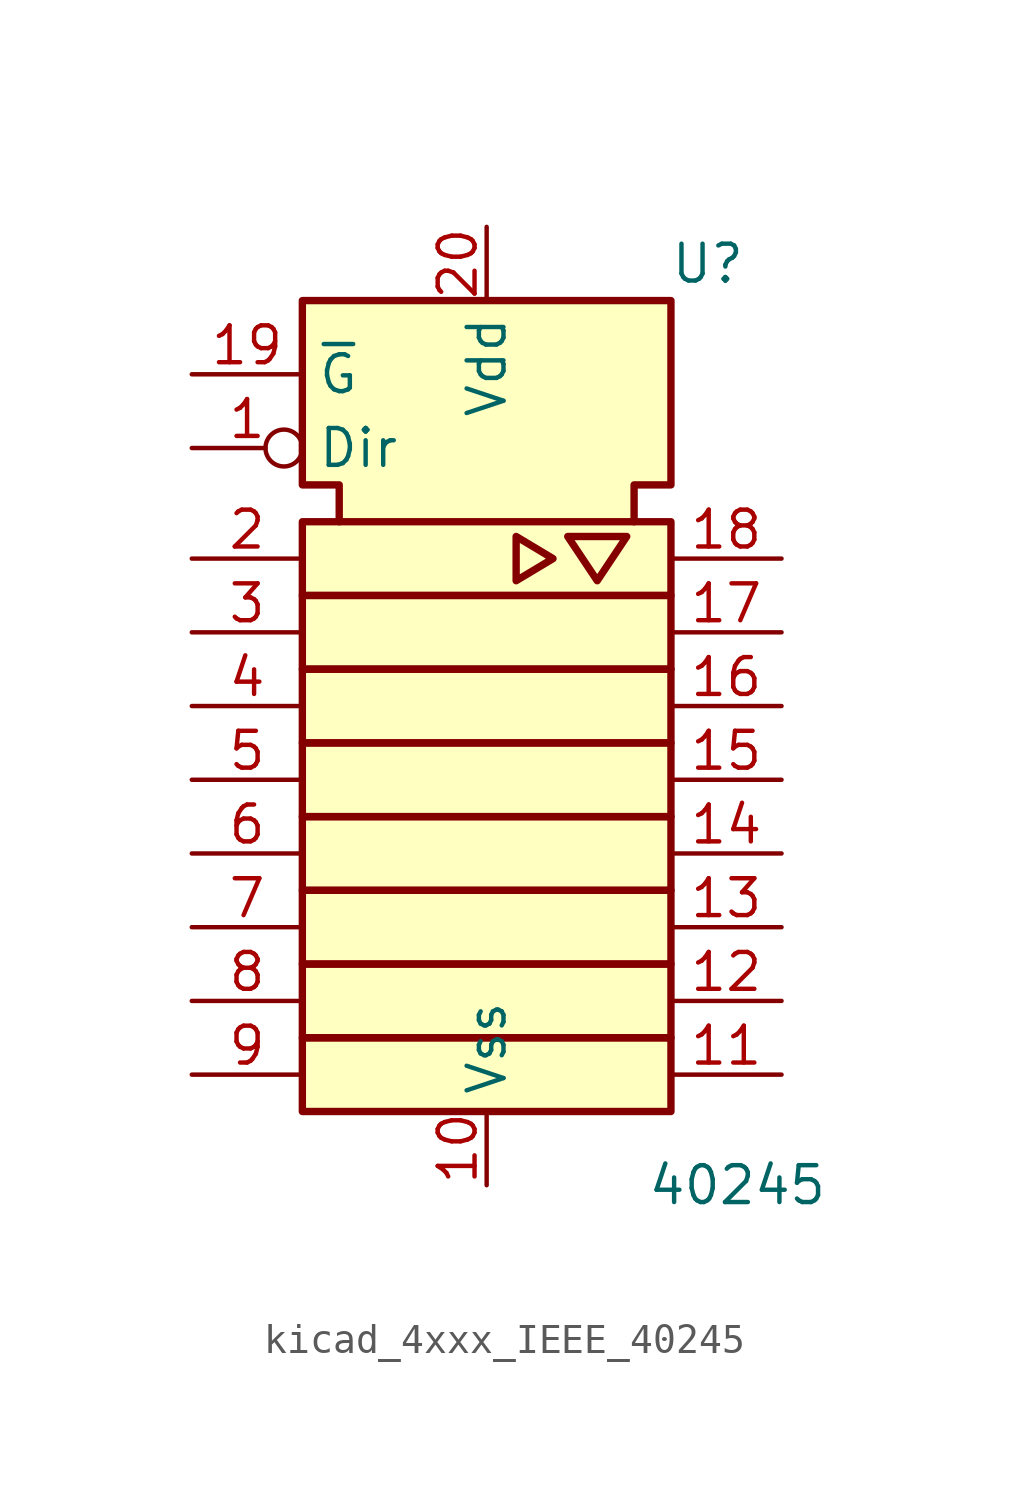
<source format=kicad_sym>
(kicad_symbol_lib
  (version 20220914)
  (generator kicad_symbol_editor)
  (symbol "kicad_4xxx_IEEE_40245"
    (property "Reference" "U"
      (at 7.62 16.51 0)
      (effects (font (size 1.27 1.27))))
    (property "Value" "40245"
      (at 8.636 -15.24 0)
      (effects (font (size 1.27 1.27))))
    (symbol "kicad_4xxx_IEEE_40245_0_0"
      (polyline (pts (xy 1.016 7.112) (xy 1.016 5.588) (xy 2.286 6.35) (xy 1.016 7.112) (xy 1.016 7.112)) (stroke (width 0.254) (type default)) (fill (type background)))
      (polyline (pts (xy 3.302 7.112) (xy 4.826 7.112) (xy 3.81 5.588) (xy 2.794 7.112) (xy 3.302 7.112) (xy 3.302 7.112)) (stroke (width 0.254) (type default)) (fill (type background))))
    (symbol "kicad_4xxx_IEEE_40245_0_1"
      (rectangle (start -6.35 -10.16) (end 6.35 -12.7) (stroke (width 0.254) (type default)) (fill (type background)))
      (rectangle (start -6.35 -7.62) (end 6.35 -10.16) (stroke (width 0.254) (type default)) (fill (type background)))
      (rectangle (start -6.35 -5.08) (end 6.35 -7.62) (stroke (width 0.254) (type default)) (fill (type background)))
      (rectangle (start -6.35 -2.54) (end 6.35 -5.08) (stroke (width 0.254) (type default)) (fill (type background)))
      (rectangle (start -6.35 0) (end 6.35 -2.54) (stroke (width 0.254) (type default)) (fill (type background)))
      (rectangle (start -6.35 2.54) (end 6.35 0) (stroke (width 0.254) (type default)) (fill (type background)))
      (rectangle (start -6.35 5.08) (end 6.35 2.54) (stroke (width 0.254) (type default)) (fill (type background)))
      (rectangle (start -6.35 7.62) (end 6.35 5.08) (stroke (width 0.254) (type default)) (fill (type background)))
      (polyline (pts (xy -5.08 7.62) (xy -5.08 8.89) (xy -6.35 8.89) (xy -6.35 15.24) (xy 6.35 15.24) (xy 6.35 8.89) (xy 5.08 8.89) (xy 5.08 7.62) (xy 5.08 7.62)) (stroke (width 0.254) (type default)) (fill (type background))))
    (symbol "kicad_4xxx_IEEE_40245_1_0"
      (pin output inverted (at -10.16 10.16 0) (length 3.81) (name "Dir" (effects (font (size 1.27 1.27)))) (number "1" (effects (font (size 1.27 1.27)))))
      (pin power_in line (at 0 -15.24 90) (length 2.54) (name "Vss" (effects (font (size 1.27 1.27)))) (number "10" (effects (font (size 1.27 1.27)))))
      (pin bidirectional line (at 10.16 -11.43 180) (length 3.81) (name "~" (effects (font (size 1.27 1.27)))) (number "11" (effects (font (size 1.27 1.27)))))
      (pin bidirectional line (at 10.16 -8.89 180) (length 3.81) (name "~" (effects (font (size 1.27 1.27)))) (number "12" (effects (font (size 1.27 1.27)))))
      (pin bidirectional line (at 10.16 -6.35 180) (length 3.81) (name "~" (effects (font (size 1.27 1.27)))) (number "13" (effects (font (size 1.27 1.27)))))
      (pin bidirectional line (at 10.16 -3.81 180) (length 3.81) (name "~" (effects (font (size 1.27 1.27)))) (number "14" (effects (font (size 1.27 1.27)))))
      (pin bidirectional line (at 10.16 -1.27 180) (length 3.81) (name "~" (effects (font (size 1.27 1.27)))) (number "15" (effects (font (size 1.27 1.27)))))
      (pin bidirectional line (at 10.16 1.27 180) (length 3.81) (name "~" (effects (font (size 1.27 1.27)))) (number "16" (effects (font (size 1.27 1.27)))))
      (pin bidirectional line (at 10.16 3.81 180) (length 3.81) (name "~" (effects (font (size 1.27 1.27)))) (number "17" (effects (font (size 1.27 1.27)))))
      (pin bidirectional line (at 10.16 6.35 180) (length 3.81) (name "~" (effects (font (size 1.27 1.27)))) (number "18" (effects (font (size 1.27 1.27)))))
      (pin output line (at -10.16 12.7 0) (length 3.81) (name "~{G}" (effects (font (size 1.27 1.27)))) (number "19" (effects (font (size 1.27 1.27)))))
      (pin output line (at -10.16 6.35 0) (length 3.81) (name "~" (effects (font (size 1.27 1.27)))) (number "2" (effects (font (size 1.27 1.27)))))
      (pin power_in line (at 0 17.78 270) (length 2.54) (name "Vdd" (effects (font (size 1.27 1.27)))) (number "20" (effects (font (size 1.27 1.27)))))
      (pin output line (at -10.16 3.81 0) (length 3.81) (name "~" (effects (font (size 1.27 1.27)))) (number "3" (effects (font (size 1.27 1.27)))))
      (pin output line (at -10.16 1.27 0) (length 3.81) (name "~" (effects (font (size 1.27 1.27)))) (number "4" (effects (font (size 1.27 1.27)))))
      (pin output line (at -10.16 -1.27 0) (length 3.81) (name "~" (effects (font (size 1.27 1.27)))) (number "5" (effects (font (size 1.27 1.27)))))
      (pin output line (at -10.16 -3.81 0) (length 3.81) (name "~" (effects (font (size 1.27 1.27)))) (number "6" (effects (font (size 1.27 1.27)))))
      (pin output line (at -10.16 -6.35 0) (length 3.81) (name "~" (effects (font (size 1.27 1.27)))) (number "7" (effects (font (size 1.27 1.27)))))
      (pin output line (at -10.16 -8.89 0) (length 3.81) (name "~" (effects (font (size 1.27 1.27)))) (number "8" (effects (font (size 1.27 1.27)))))
      (pin output line (at -10.16 -11.43 0) (length 3.81) (name "~" (effects (font (size 1.27 1.27)))) (number "9" (effects (font (size 1.27 1.27))))))))
</source>
